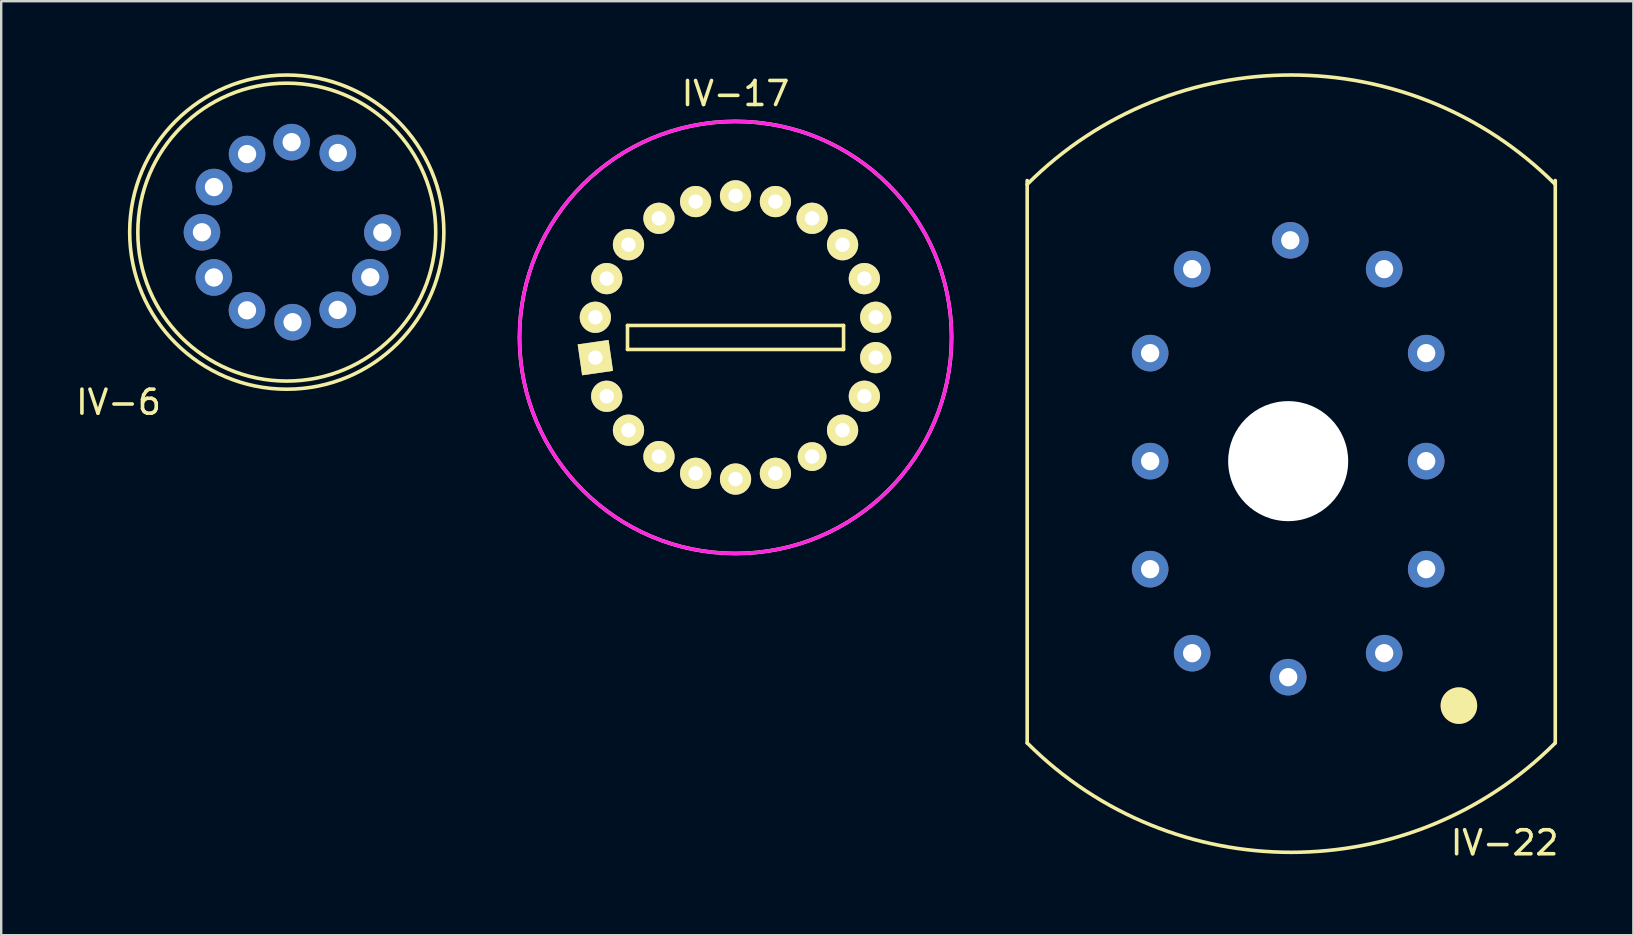
<source format=kicad_pcb>
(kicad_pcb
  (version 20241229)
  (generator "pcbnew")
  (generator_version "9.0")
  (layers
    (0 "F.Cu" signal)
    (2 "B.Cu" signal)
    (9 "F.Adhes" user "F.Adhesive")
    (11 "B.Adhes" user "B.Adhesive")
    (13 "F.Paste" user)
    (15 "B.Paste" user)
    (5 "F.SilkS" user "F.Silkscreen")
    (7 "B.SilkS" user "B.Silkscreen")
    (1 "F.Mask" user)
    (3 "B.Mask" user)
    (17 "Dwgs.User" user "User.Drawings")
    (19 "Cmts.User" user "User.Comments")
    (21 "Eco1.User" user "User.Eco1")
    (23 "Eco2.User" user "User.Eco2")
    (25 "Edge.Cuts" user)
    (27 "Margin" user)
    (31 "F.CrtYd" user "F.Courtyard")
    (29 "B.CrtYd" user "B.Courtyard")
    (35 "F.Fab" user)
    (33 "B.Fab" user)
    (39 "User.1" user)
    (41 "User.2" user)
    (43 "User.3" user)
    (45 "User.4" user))
  (footprint "IV-6"
    (layer "F.Cu")
    (at 8.897 6.62)
    (property "Reference" "IV-6" (at -7.01 7.087 0) (layer "F.SilkS") (effects (font (size 1 1) (thickness 0.15))))
    (attr through_hole)
    (fp_circle (center 0 0) (end 6.2 0.254) (stroke (width 0.15) (type solid)) (fill no) (layer "F.SilkS"))
    (fp_circle (center 0 0) (end 6.5 -0.762) (stroke (width 0.15) (type solid)) (fill no) (layer "F.SilkS"))
    (pad "1" thru_hole circle (at 2.127 -3.297 150) (size 1.524 1.524) (drill 0.762) (layers "*.Cu" "*.Mask"))
    (pad "2" thru_hole circle (at 0.203 -3.748 285) (size 1.524 1.524) (drill 0.762) (layers "*.Cu" "*.Mask"))
    (pad "3" thru_hole circle (at -1.654 -3.251 240) (size 1.524 1.524) (drill 0.762) (layers "*.Cu" "*.Mask"))
    (pad "4" thru_hole circle (at -3.033 -1.877 240) (size 1.524 1.524) (drill 0.762) (layers "*.Cu" "*.Mask"))
    (pad "5" thru_hole circle (at -3.533 0.005 240) (size 1.524 1.524) (drill 0.762) (layers "*.Cu" "*.Mask"))
    (pad "6" thru_hole circle (at -3.037 1.889 240) (size 1.524 1.524) (drill 0.762) (layers "*.Cu" "*.Mask"))
    (pad "7" thru_hole circle (at -1.657 3.258 240) (size 1.524 1.524) (drill 0.762) (layers "*.Cu" "*.Mask"))
    (pad "8" thru_hole circle (at 0.242 3.753 240) (size 1.524 1.524) (drill 0.762) (layers "*.Cu" "*.Mask"))
    (pad "9" thru_hole circle (at 2.122 3.24 240) (size 1.524 1.524) (drill 0.762) (layers "*.Cu" "*.Mask"))
    (pad "10" thru_hole circle (at 3.478 1.882 240) (size 1.524 1.524) (drill 0.762) (layers "*.Cu" "*.Mask"))
    (pad "11" thru_hole circle (at 3.982 0.018 240) (size 1.524 1.524) (drill 0.762) (layers "*.Cu" "*.Mask")))
  (footprint "IV-17"
    (layer "F.Cu")
    (at 27.592 11.008)
    (property "Reference" "IV-17" (at 0 -10.16 0) (layer "F.SilkS") (effects (font (size 1 1) (thickness 0.15))))
    (attr through_hole)
    (fp_line (start -4.5 -0.5) (end -4.5 0.5) (stroke (width 0.15) (type solid)) (layer "F.SilkS"))
    (fp_line (start -4.5 0.5) (end 4.5 0.5) (stroke (width 0.15) (type solid)) (layer "F.SilkS"))
    (fp_line (start 4.5 -0.5) (end -4.5 -0.5) (stroke (width 0.15) (type solid)) (layer "F.SilkS"))
    (fp_line (start 4.5 0.5) (end 4.5 -0.5) (stroke (width 0.15) (type solid)) (layer "F.SilkS"))
    (fp_circle (center 0 0) (end 9 0) (stroke (width 0.15) (type solid)) (fill no) (layer "F.SilkS"))
    (fp_circle (center 0 0) (end 9 0) (stroke (width 0.15) (type solid)) (fill no) (layer "F.CrtYd"))
    (pad "1" thru_hole rect (at -5.84 0.84 278.182) (size 1.3 1.3) (drill 0.6) (layers "*.Cu" "*.Mask" "F.SilkS"))
    (pad "2" thru_hole circle (at -5.367 2.451 294.546) (size 1.3 1.3) (drill 0.6) (layers "*.Cu" "*.Mask" "F.SilkS"))
    (pad "3" thru_hole circle (at -4.459 3.864 310.909) (size 1.3 1.3) (drill 0.6) (layers "*.Cu" "*.Mask" "F.SilkS"))
    (pad "4" thru_hole circle (at -3.19 4.963 327.273) (size 1.3 1.3) (drill 0.6) (layers "*.Cu" "*.Mask" "F.SilkS"))
    (pad "5" thru_hole circle (at -1.662 5.661 343.636) (size 1.3 1.3) (drill 0.6) (layers "*.Cu" "*.Mask" "F.SilkS"))
    (pad "6" thru_hole circle (at 0 5.9) (size 1.3 1.3) (drill 0.6) (layers "*.Cu" "*.Mask" "F.SilkS"))
    (pad "7" thru_hole circle (at 1.662 5.661 16.364) (size 1.3 1.3) (drill 0.6) (layers "*.Cu" "*.Mask" "F.SilkS"))
    (pad "8" thru_hole circle (at 3.19 4.963 32.727) (size 1.2 1.2) (drill 0.6) (layers "*.Cu" "*.Mask" "F.SilkS"))
    (pad "9" thru_hole circle (at 4.459 3.864 49.091) (size 1.3 1.3) (drill 0.6) (layers "*.Cu" "*.Mask" "F.SilkS"))
    (pad "10" thru_hole circle (at 5.367 2.451 65.454) (size 1.3 1.3) (drill 0.6) (layers "*.Cu" "*.Mask" "F.SilkS"))
    (pad "11" thru_hole circle (at 5.84 0.84 81.818) (size 1.3 1.3) (drill 0.6) (layers "*.Cu" "*.Mask" "F.SilkS"))
    (pad "12" thru_hole circle (at 5.84 -0.84 98.182) (size 1.3 1.3) (drill 0.6) (layers "*.Cu" "*.Mask" "F.SilkS"))
    (pad "13" thru_hole circle (at 5.367 -2.451 114.545) (size 1.3 1.3) (drill 0.6) (layers "*.Cu" "*.Mask" "F.SilkS"))
    (pad "14" thru_hole circle (at 4.459 -3.864 130.909) (size 1.3 1.3) (drill 0.6) (layers "*.Cu" "*.Mask" "F.SilkS"))
    (pad "15" thru_hole circle (at 3.19 -4.963 147.273) (size 1.3 1.3) (drill 0.6) (layers "*.Cu" "*.Mask" "F.SilkS"))
    (pad "16" thru_hole circle (at 1.662 -5.661 163.636) (size 1.3 1.3) (drill 0.6) (layers "*.Cu" "*.Mask" "F.SilkS"))
    (pad "17" thru_hole circle (at 0 -5.9 180) (size 1.3 1.3) (drill 0.6) (layers "*.Cu" "*.Mask" "F.SilkS"))
    (pad "18" thru_hole circle (at -1.662 -5.661 196.364) (size 1.3 1.3) (drill 0.6) (layers "*.Cu" "*.Mask" "F.SilkS"))
    (pad "19" thru_hole circle (at -3.19 -4.963 212.727) (size 1.3 1.3) (drill 0.6) (layers "*.Cu" "*.Mask" "F.SilkS"))
    (pad "20" thru_hole circle (at -4.459 -3.864 229.091) (size 1.3 1.3) (drill 0.6) (layers "*.Cu" "*.Mask" "F.SilkS"))
    (pad "21" thru_hole circle (at -5.367 -2.451 245.455) (size 1.3 1.3) (drill 0.6) (layers "*.Cu" "*.Mask" "F.SilkS"))
    (pad "22" thru_hole circle (at -5.84 -0.84 261.818) (size 1.3 1.3) (drill 0.6) (layers "*.Cu" "*.Mask" "F.SilkS")))
  (footprint "IV-22"
    (layer "F.Cu")
    (at 50.742 16.186)
    (property "Reference" "IV-22" (at 8.89 15.875 180) (layer "F.SilkS") (effects (font (size 1 1) (thickness 0.15))))
    (attr through_hole)
    (fp_line (start -11 -11.715) (end -11 11.715) (stroke (width 0.15) (type solid)) (layer "F.SilkS"))
    (fp_line (start 11 -11.715) (end 11 11.715) (stroke (width 0.15) (type solid)) (layer "F.SilkS"))
    (fp_arc (start -11 -11.555) (mid 0 -16.111349) (end 11 -11.555) (stroke (width 0.15) (type solid)) (layer "F.SilkS"))
    (fp_arc (start 11 11.715) (mid 0 16.271349) (end -11 11.715) (stroke (width 0.15) (type solid)) (layer "F.SilkS"))
    (pad "" np_thru_hole circle (at -0.127 -0.025 180) (size 5 5) (drill 5) (layers "*.Cu" "*.Mask"))
    (pad "1" thru_hole circle (at 3.873 7.975 180) (size 1.524 1.524) (drill 0.762) (layers "*.Cu" "*.Mask"))
    (pad "2" thru_hole circle (at 5.623 4.475 180) (size 1.524 1.524) (drill 0.762) (layers "*.Cu" "*.Mask"))
    (pad "3" thru_hole circle (at 5.623 -0.025 180) (size 1.524 1.524) (drill 0.762) (layers "*.Cu" "*.Mask"))
    (pad "4" thru_hole circle (at 5.623 -4.525 180) (size 1.524 1.524) (drill 0.762) (layers "*.Cu" "*.Mask"))
    (pad "5" thru_hole circle (at 3.873 -8.025 180) (size 1.524 1.524) (drill 0.762) (layers "*.Cu" "*.Mask"))
    (pad "6" thru_hole circle (at -0.038 -9.225 180) (size 1.524 1.524) (drill 0.762) (layers "*.Cu" "*.Mask"))
    (pad "7" thru_hole circle (at -4.127 -8.025 180) (size 1.524 1.524) (drill 0.762) (layers "*.Cu" "*.Mask"))
    (pad "8" thru_hole circle (at -5.877 -4.525 180) (size 1.524 1.524) (drill 0.762) (layers "*.Cu" "*.Mask"))
    (pad "9" thru_hole circle (at -5.877 -0.025 180) (size 1.524 1.524) (drill 0.762) (layers "*.Cu" "*.Mask"))
    (pad "10" thru_hole circle (at -5.877 4.475 180) (size 1.524 1.524) (drill 0.762) (layers "*.Cu" "*.Mask"))
    (pad "11" thru_hole circle (at -4.127 7.975 180) (size 1.524 1.524) (drill 0.762) (layers "*.Cu" "*.Mask"))
    (pad "12" thru_hole circle (at -0.127 8.975 180) (size 1.524 1.524) (drill 0.762) (layers "*.Cu" "*.Mask"))
    (pad "DP" smd circle (at 6.985 10.16) (size 1.524 1.524) (layers "F.Cu" "F.SilkS")))
  (gr_rect
    (start -3 -3)
    (end 64.995 35.91)
    (stroke (width 0.1) (type default))
    (fill no)
    (layer "Edge.Cuts")))
</source>
